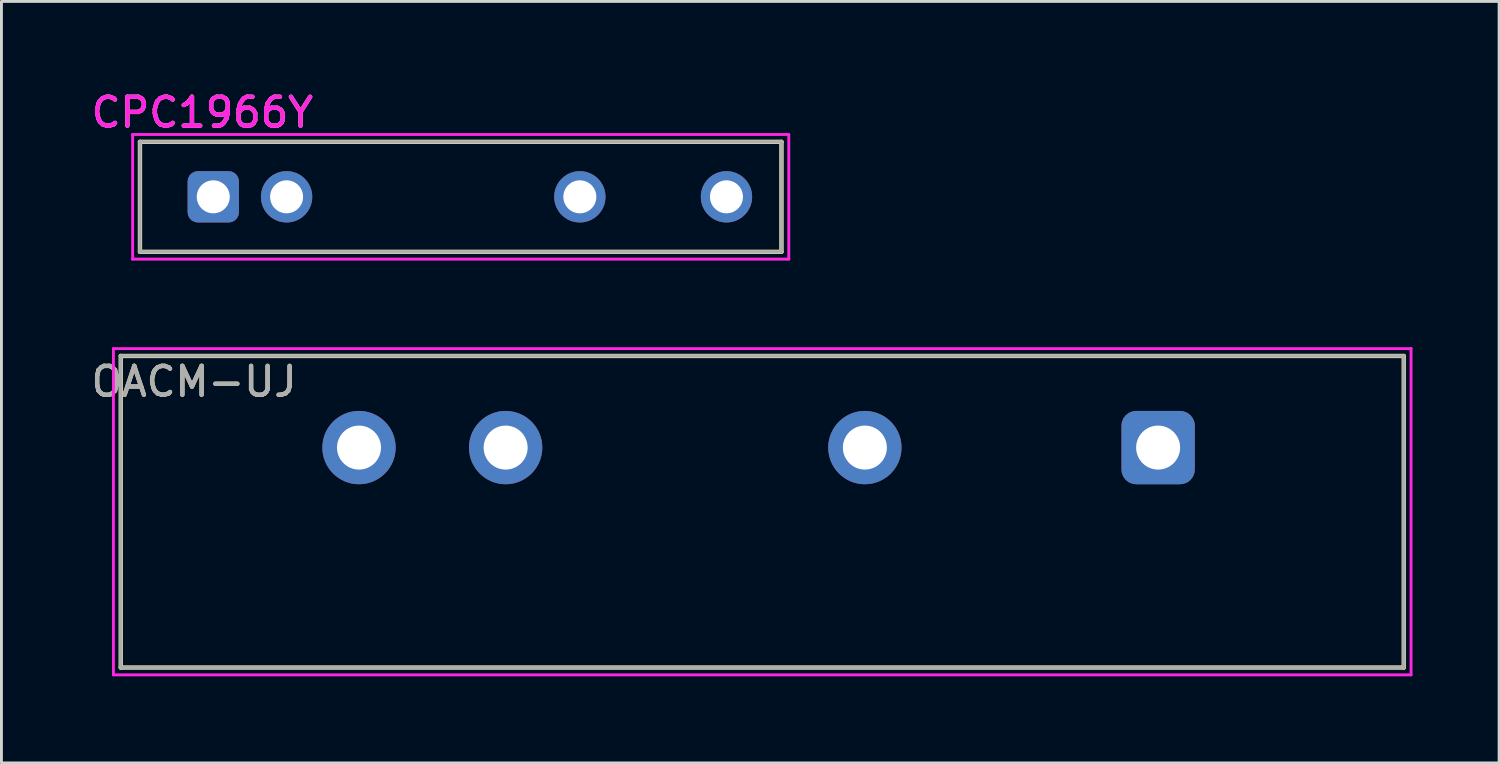
<source format=kicad_pcb>
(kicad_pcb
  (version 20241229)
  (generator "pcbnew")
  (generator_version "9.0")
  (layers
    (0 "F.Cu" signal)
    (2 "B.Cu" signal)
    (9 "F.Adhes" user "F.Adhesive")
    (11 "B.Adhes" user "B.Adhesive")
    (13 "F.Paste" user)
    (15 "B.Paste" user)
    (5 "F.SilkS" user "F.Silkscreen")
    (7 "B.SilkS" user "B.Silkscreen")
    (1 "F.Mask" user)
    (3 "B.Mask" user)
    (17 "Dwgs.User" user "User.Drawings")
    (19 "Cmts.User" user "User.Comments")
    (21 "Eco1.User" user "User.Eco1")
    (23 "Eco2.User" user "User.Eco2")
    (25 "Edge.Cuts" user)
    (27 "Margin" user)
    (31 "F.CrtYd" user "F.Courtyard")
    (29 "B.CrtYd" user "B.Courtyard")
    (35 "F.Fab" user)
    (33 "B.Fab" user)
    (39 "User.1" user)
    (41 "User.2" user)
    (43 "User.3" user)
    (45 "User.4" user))
  (footprint "CPC1966Y"
    (layer "F.Cu")
    (at 4.339 3.769)
    (property "Reference" "CPC1966Y" (at -0.381 -2.921 0) (layer "F.SilkS") (effects (font (size 1 1) (thickness 0.15))))
    (attr through_hole)
    (fp_line (start -2.54 -1.905) (end -2.54 1.905) (stroke (width 0.15) (type solid)) (layer "F.SilkS"))
    (fp_line (start -2.54 1.905) (end 19.685 1.905) (stroke (width 0.15) (type solid)) (layer "F.SilkS"))
    (fp_line (start 19.685 -1.905) (end -2.54 -1.905) (stroke (width 0.15) (type solid)) (layer "F.SilkS"))
    (fp_line (start 19.685 1.905) (end 19.685 -1.905) (stroke (width 0.15) (type solid)) (layer "F.SilkS"))
    (fp_line (start -2.794 -2.159) (end 19.939 -2.159) (stroke (width 0.1) (type solid)) (layer "F.CrtYd"))
    (fp_line (start -2.794 2.159) (end -2.794 -2.159) (stroke (width 0.1) (type solid)) (layer "F.CrtYd"))
    (fp_line (start 19.939 -2.159) (end 19.939 2.159) (stroke (width 0.1) (type solid)) (layer "F.CrtYd"))
    (fp_line (start 19.939 2.159) (end -2.794 2.159) (stroke (width 0.1) (type solid)) (layer "F.CrtYd"))
    (fp_line (start -2.54 -1.905) (end 19.685 -1.905) (stroke (width 0.12) (type solid)) (layer "F.Fab"))
    (fp_line (start -2.54 1.905) (end -2.54 -1.905) (stroke (width 0.12) (type solid)) (layer "F.Fab"))
    (fp_line (start 19.685 -1.905) (end 19.685 1.905) (stroke (width 0.12) (type solid)) (layer "F.Fab"))
    (fp_line (start 19.685 1.905) (end -2.54 1.905) (stroke (width 0.12) (type solid)) (layer "F.Fab"))
    (fp_text user "${REFERENCE}" (at -0.381 -2.921 0) (layer "F.CrtYd") (effects (font (size 1 1) (thickness 0.15))))
    (pad "1" thru_hole roundrect (at 0 0) (size 1.778 1.778) (drill 1.143) (layers "*.Cu" "*.Mask") (roundrect_rratio 0.2))
    (pad "2" thru_hole circle (at 2.54 0) (size 1.778 1.778) (drill 1.143) (layers "*.Cu" "*.Mask"))
    (pad "3" thru_hole circle (at 12.7 0) (size 1.778 1.778) (drill 1.143) (layers "*.Cu" "*.Mask"))
    (pad "4" thru_hole circle (at 17.78 0) (size 1.778 1.778) (drill 1.143) (layers "*.Cu" "*.Mask")))
  (footprint "OACM-UJ"
    (layer "F.Cu")
    (at 9.388 12.457)
    (property "Reference" "OACM-UJ" (at -5.715 -2.286 0) (layer "F.SilkS") (effects (font (size 1 1) (thickness 0.15))))
    (attr through_hole)
    (fp_line (start -8.255 -3.175) (end -8.255 7.62) (stroke (width 0.15) (type solid)) (layer "F.SilkS"))
    (fp_line (start -8.255 7.62) (end 36.195 7.62) (stroke (width 0.15) (type solid)) (layer "F.SilkS"))
    (fp_line (start 36.195 -3.175) (end -8.255 -3.175) (stroke (width 0.15) (type solid)) (layer "F.SilkS"))
    (fp_line (start 36.195 7.62) (end 36.195 -3.175) (stroke (width 0.15) (type solid)) (layer "F.SilkS"))
    (fp_line (start -8.509 -3.429) (end 36.449 -3.429) (stroke (width 0.1) (type solid)) (layer "F.CrtYd"))
    (fp_line (start -8.509 7.874) (end -8.509 -3.429) (stroke (width 0.1) (type solid)) (layer "F.CrtYd"))
    (fp_line (start 36.449 -3.429) (end 36.449 7.874) (stroke (width 0.1) (type solid)) (layer "F.CrtYd"))
    (fp_line (start 36.449 7.874) (end -8.509 7.874) (stroke (width 0.1) (type solid)) (layer "F.CrtYd"))
    (fp_line (start -8.255 -3.175) (end 36.195 -3.175) (stroke (width 0.12) (type solid)) (layer "F.Fab"))
    (fp_line (start -8.255 7.62) (end -8.255 -3.175) (stroke (width 0.12) (type solid)) (layer "F.Fab"))
    (fp_line (start 36.195 -3.175) (end 36.195 7.62) (stroke (width 0.12) (type solid)) (layer "F.Fab"))
    (fp_line (start 36.195 7.62) (end -8.255 7.62) (stroke (width 0.12) (type solid)) (layer "F.Fab"))
    (fp_text user "${REFERENCE}" (at -5.715 -2.286 0) (layer "F.Fab") (effects (font (size 1 1) (thickness 0.15))))
    (pad "1" thru_hole roundrect (at 27.686 0) (size 2.54 2.54) (drill 1.524) (layers "*.Cu" "*.Mask") (roundrect_rratio 0.2))
    (pad "2" thru_hole circle (at 17.526 0) (size 2.54 2.54) (drill 1.524) (layers "*.Cu" "*.Mask"))
    (pad "3" thru_hole circle (at 5.08 0) (size 2.54 2.54) (drill 1.524) (layers "*.Cu" "*.Mask"))
    (pad "4" thru_hole circle (at 0 0) (size 2.54 2.54) (drill 1.524) (layers "*.Cu" "*.Mask")))
  (gr_rect
    (start -3 -3)
    (end 48.887 23.381)
    (stroke (width 0.1) (type default))
    (fill no)
    (layer "Edge.Cuts")))
</source>
